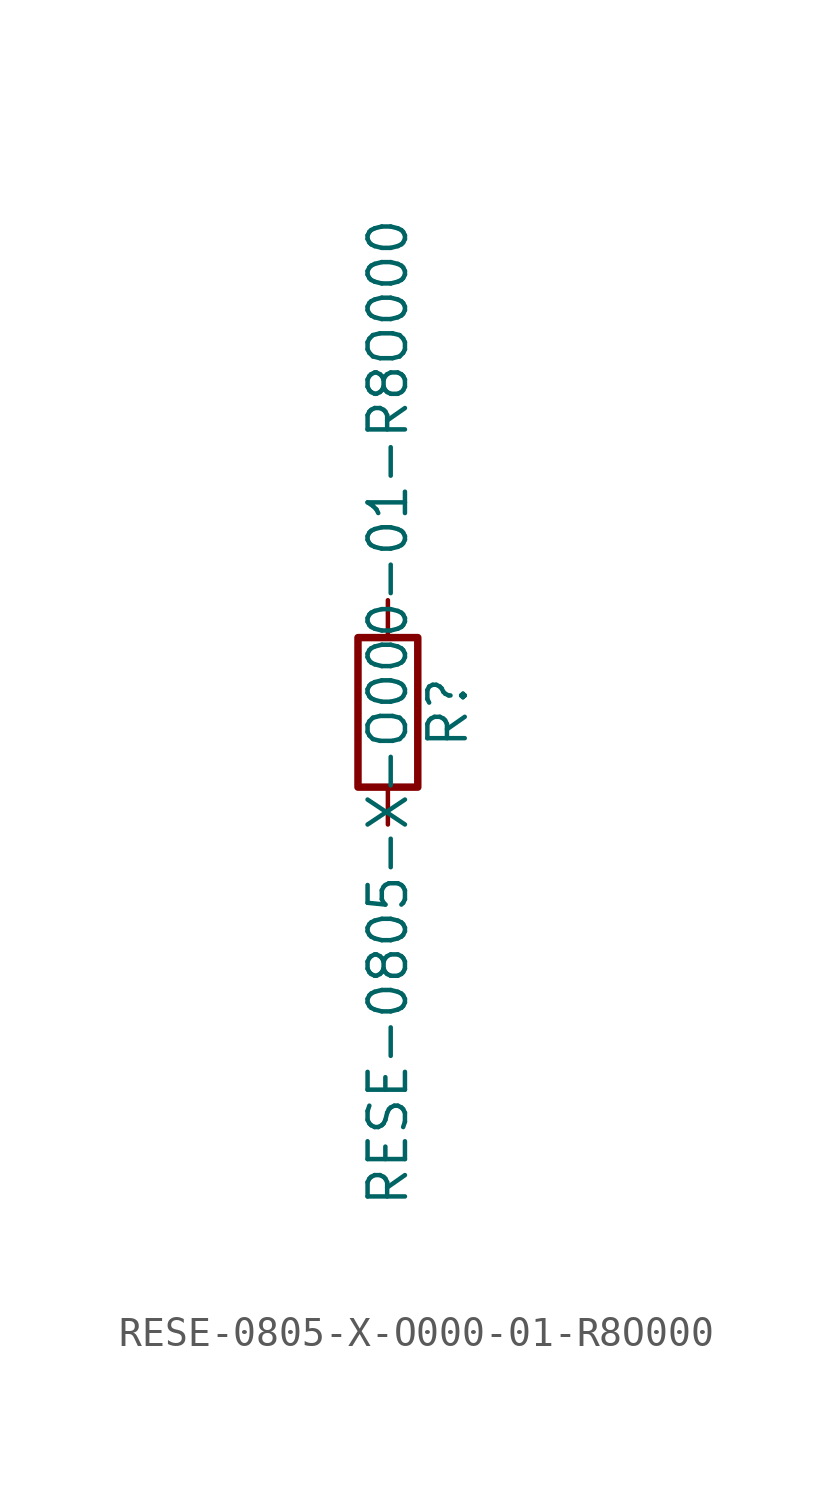
<source format=kicad_sym>
(kicad_symbol_lib
  (version 20211014)
  (generator kicad_symbol_editor)
  (symbol "RESE-0805-X-O000-01-R8O000"
    (pin_numbers hide)
    (pin_names
      (offset 0))
    (property "Reference" "R"
      (at 2.032 0 90)
      (effects (font (size 1.27 1.27))))
    (property "Value" "RESE-0805-X-O000-01-R8O000"
      (at 0 0 90)
      (effects (font (size 1.27 1.27))))
    (symbol "RESE-0805-X-O000-01-R8O000_0_1"
      (rectangle (start -1.016 -2.54) (end 1.016 2.54) (stroke (width 0.254) (type default) (color 0 0 0 0)) (fill (type none))))
    (symbol "RESE-0805-X-O000-01-R8O000_1_1"
      (pin passive line (at 0 3.81 270) (length 1.27) (name "~" (effects (font (size 1.27 1.27)))) (number "1" (effects (font (size 1.27 1.27)))))
      (pin passive line (at 0 -3.81 90) (length 1.27) (name "~" (effects (font (size 1.27 1.27)))) (number "2" (effects (font (size 1.27 1.27))))))))
</source>
